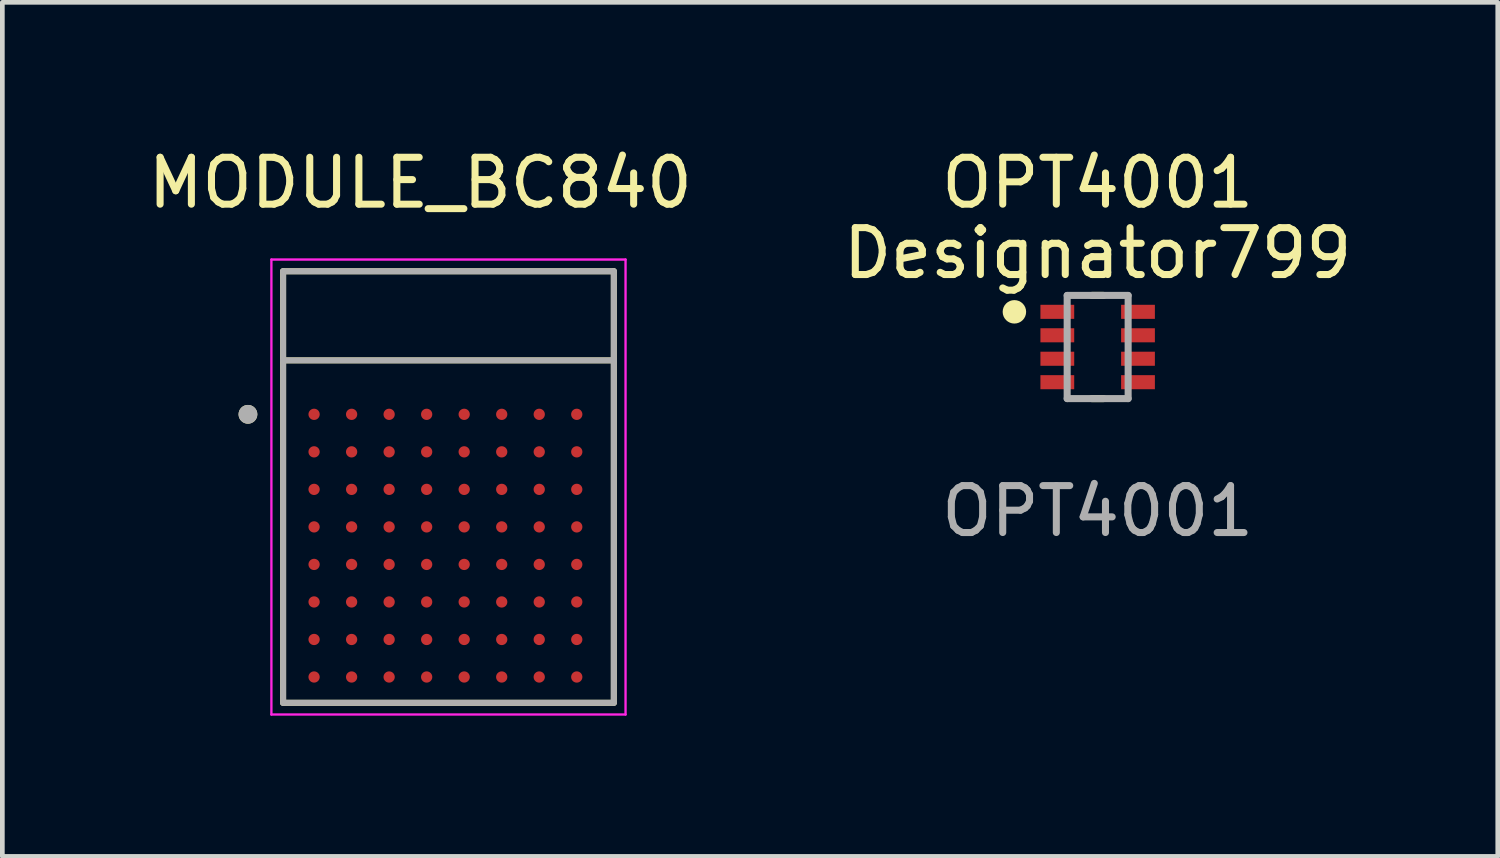
<source format=kicad_pcb>
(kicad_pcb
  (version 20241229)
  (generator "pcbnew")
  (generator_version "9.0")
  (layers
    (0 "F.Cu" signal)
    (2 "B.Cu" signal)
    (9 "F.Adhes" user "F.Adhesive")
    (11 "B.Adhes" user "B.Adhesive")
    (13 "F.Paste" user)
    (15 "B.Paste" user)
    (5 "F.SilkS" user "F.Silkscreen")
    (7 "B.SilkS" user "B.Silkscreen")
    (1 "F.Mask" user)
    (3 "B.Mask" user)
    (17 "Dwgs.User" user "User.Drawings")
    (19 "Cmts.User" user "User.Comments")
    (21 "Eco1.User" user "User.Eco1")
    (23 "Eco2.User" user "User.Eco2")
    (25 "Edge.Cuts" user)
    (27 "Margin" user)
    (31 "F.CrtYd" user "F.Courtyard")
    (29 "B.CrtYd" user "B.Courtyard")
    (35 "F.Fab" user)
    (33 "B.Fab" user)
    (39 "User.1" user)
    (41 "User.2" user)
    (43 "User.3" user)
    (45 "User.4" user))
  (footprint "OPT4001"
    (layer "F.Cu")
    (at 20.351 4.348)
    (property "Reference" "OPT4001" (at 0 -3.5 0) (unlocked yes) (layer "F.SilkS") (effects (font (size 1 1) (thickness 0.15))))
    (attr smd)
    (fp_line (start -0.125 -1.1) (end 0.125 -1.1) (stroke (width 0.15) (type solid)) (layer "F.SilkS"))
    (fp_line (start -0.125 1.1) (end 0.125 1.1) (stroke (width 0.15) (type solid)) (layer "F.SilkS"))
    (fp_circle (center -1.775 -0.75) (end -1.65 -0.75) (stroke (width 0.25) (type solid)) (fill no) (layer "F.SilkS"))
    (fp_line (start -0.65 -1.1) (end 0.65 -1.1) (stroke (width 0.15) (type solid)) (layer "F.Fab"))
    (fp_line (start -0.65 1.1) (end -0.65 -1.1) (stroke (width 0.15) (type solid)) (layer "F.Fab"))
    (fp_line (start -0.65 1.1) (end 0.65 1.1) (stroke (width 0.15) (type solid)) (layer "F.Fab"))
    (fp_line (start 0.65 1.1) (end 0.65 -1.1) (stroke (width 0.15) (type solid)) (layer "F.Fab"))
    (fp_text user "Designator799" (at 0 -2 0) (unlocked yes) (layer "F.SilkS") (effects (font (size 1 1) (thickness 0.15))))
    (fp_text user "${REFERENCE}" (at 0 3.5 0) (unlocked yes) (layer "F.Fab") (effects (font (size 1 1) (thickness 0.15))))
    (pad "1" smd rect (at -0.86 -0.75) (size 0.72 0.3) (layers "F.Cu" "F.Mask" "F.Paste"))
    (pad "2" smd rect (at -0.86 -0.25) (size 0.72 0.3) (layers "F.Cu" "F.Mask" "F.Paste"))
    (pad "3" smd rect (at -0.86 0.25) (size 0.72 0.3) (layers "F.Cu" "F.Mask" "F.Paste"))
    (pad "4" smd rect (at -0.86 0.75) (size 0.72 0.3) (layers "F.Cu" "F.Mask" "F.Paste"))
    (pad "5" smd rect (at 0.86 0.75) (size 0.72 0.3) (layers "F.Cu" "F.Mask" "F.Paste"))
    (pad "6" smd rect (at 0.86 0.25) (size 0.72 0.3) (layers "F.Cu" "F.Mask" "F.Paste"))
    (pad "7" smd rect (at 0.86 -0.25) (size 0.72 0.3) (layers "F.Cu" "F.Mask" "F.Paste"))
    (pad "8" smd rect (at 0.86 -0.75) (size 0.72 0.3) (layers "F.Cu" "F.Mask" "F.Paste")))
  (footprint "MODULE_BC840"
    (layer "F.Cu")
    (at 6.511 7.333)
    (property "Reference" "MODULE_BC840" (at -0.6 -6.485 0) (layer "F.SilkS") (effects (font (size 1 1) (thickness 0.15))))
    (attr smd)
    (fp_line (start -3.525 -4.6) (end 3.525 -4.6) (stroke (width 0.127) (type solid)) (layer "F.SilkS"))
    (fp_line (start -3.525 -2.7) (end -3.525 -4.6) (stroke (width 0.127) (type solid)) (layer "F.SilkS"))
    (fp_line (start -3.525 -2.7) (end 3.525 -2.7) (stroke (width 0.127) (type solid)) (layer "F.SilkS"))
    (fp_line (start -3.525 4.6) (end -3.525 -2.7) (stroke (width 0.127) (type solid)) (layer "F.SilkS"))
    (fp_line (start -3.525 4.6) (end 3.525 4.6) (stroke (width 0.127) (type solid)) (layer "F.SilkS"))
    (fp_line (start 3.525 -2.7) (end 3.525 -4.6) (stroke (width 0.127) (type solid)) (layer "F.SilkS"))
    (fp_line (start 3.525 4.6) (end 3.525 -2.7) (stroke (width 0.127) (type solid)) (layer "F.SilkS"))
    (fp_circle (center -4.275 -1.55) (end -4.175 -1.55) (stroke (width 0.2) (type solid)) (fill no) (layer "F.SilkS"))
    (fp_line (start -3.775 -4.85) (end -3.775 4.85) (stroke (width 0.05) (type solid)) (layer "F.CrtYd"))
    (fp_line (start -3.775 4.85) (end 3.775 4.85) (stroke (width 0.05) (type solid)) (layer "F.CrtYd"))
    (fp_line (start 3.775 -4.85) (end -3.775 -4.85) (stroke (width 0.05) (type solid)) (layer "F.CrtYd"))
    (fp_line (start 3.775 4.85) (end 3.775 -4.85) (stroke (width 0.05) (type solid)) (layer "F.CrtYd"))
    (fp_line (start -3.525 -4.6) (end 3.525 -4.6) (stroke (width 0.127) (type solid)) (layer "F.Fab"))
    (fp_line (start -3.525 -2.7) (end -3.525 -4.6) (stroke (width 0.127) (type solid)) (layer "F.Fab"))
    (fp_line (start -3.525 -2.7) (end 3.525 -2.7) (stroke (width 0.127) (type solid)) (layer "F.Fab"))
    (fp_line (start -3.525 4.6) (end -3.525 -2.7) (stroke (width 0.127) (type solid)) (layer "F.Fab"))
    (fp_line (start -3.525 4.6) (end 3.525 4.6) (stroke (width 0.127) (type solid)) (layer "F.Fab"))
    (fp_line (start 3.525 -2.7) (end 3.525 -4.6) (stroke (width 0.127) (type solid)) (layer "F.Fab"))
    (fp_line (start 3.525 4.6) (end 3.525 -2.7) (stroke (width 0.127) (type solid)) (layer "F.Fab"))
    (fp_circle (center -4.275 -1.55) (end -4.175 -1.55) (stroke (width 0.2) (type solid)) (fill no) (layer "F.Fab"))
    (pad "A0" smd circle (at -2.865 -1.55) (size 0.24 0.24) (layers "F.Cu" "F.Mask" "F.Paste"))
    (pad "A1" smd circle (at -2.865 -0.75) (size 0.24 0.24) (layers "F.Cu" "F.Mask" "F.Paste"))
    (pad "A2" smd circle (at -2.865 0.05) (size 0.24 0.24) (layers "F.Cu" "F.Mask" "F.Paste"))
    (pad "A3" smd circle (at -2.865 0.85) (size 0.24 0.24) (layers "F.Cu" "F.Mask" "F.Paste"))
    (pad "A4" smd circle (at -2.865 1.65) (size 0.24 0.24) (layers "F.Cu" "F.Mask" "F.Paste"))
    (pad "A5" smd circle (at -2.865 2.45) (size 0.24 0.24) (layers "F.Cu" "F.Mask" "F.Paste"))
    (pad "A6" smd circle (at -2.865 3.25) (size 0.24 0.24) (layers "F.Cu" "F.Mask" "F.Paste"))
    (pad "A7" smd circle (at -2.865 4.05) (size 0.24 0.24) (layers "F.Cu" "F.Mask" "F.Paste"))
    (pad "B0" smd circle (at -2.065 -1.55) (size 0.24 0.24) (layers "F.Cu" "F.Mask" "F.Paste"))
    (pad "B1" smd circle (at -2.065 -0.75) (size 0.24 0.24) (layers "F.Cu" "F.Mask" "F.Paste"))
    (pad "B2" smd circle (at -2.065 0.05) (size 0.24 0.24) (layers "F.Cu" "F.Mask" "F.Paste"))
    (pad "B3" smd circle (at -2.065 0.85) (size 0.24 0.24) (layers "F.Cu" "F.Mask" "F.Paste"))
    (pad "B4" smd circle (at -2.065 1.65) (size 0.24 0.24) (layers "F.Cu" "F.Mask" "F.Paste"))
    (pad "B5" smd circle (at -2.065 2.45) (size 0.24 0.24) (layers "F.Cu" "F.Mask" "F.Paste"))
    (pad "B6" smd circle (at -2.065 3.25) (size 0.24 0.24) (layers "F.Cu" "F.Mask" "F.Paste"))
    (pad "B7" smd circle (at -2.065 4.05) (size 0.24 0.24) (layers "F.Cu" "F.Mask" "F.Paste"))
    (pad "C0" smd circle (at -1.265 -1.55) (size 0.24 0.24) (layers "F.Cu" "F.Mask" "F.Paste"))
    (pad "C1" smd circle (at -1.265 -0.75) (size 0.24 0.24) (layers "F.Cu" "F.Mask" "F.Paste"))
    (pad "C2" smd circle (at -1.265 0.05) (size 0.24 0.24) (layers "F.Cu" "F.Mask" "F.Paste"))
    (pad "C3" smd circle (at -1.265 0.85) (size 0.24 0.24) (layers "F.Cu" "F.Mask" "F.Paste"))
    (pad "C4" smd circle (at -1.265 1.65) (size 0.24 0.24) (layers "F.Cu" "F.Mask" "F.Paste"))
    (pad "C5" smd circle (at -1.265 2.45) (size 0.24 0.24) (layers "F.Cu" "F.Mask" "F.Paste"))
    (pad "C6" smd circle (at -1.265 3.25) (size 0.24 0.24) (layers "F.Cu" "F.Mask" "F.Paste"))
    (pad "C7" smd circle (at -1.265 4.05) (size 0.24 0.24) (layers "F.Cu" "F.Mask" "F.Paste"))
    (pad "D0" smd circle (at -0.465 -1.55) (size 0.24 0.24) (layers "F.Cu" "F.Mask" "F.Paste"))
    (pad "D1" smd circle (at -0.465 -0.75) (size 0.24 0.24) (layers "F.Cu" "F.Mask" "F.Paste"))
    (pad "D2" smd circle (at -0.465 0.05) (size 0.24 0.24) (layers "F.Cu" "F.Mask" "F.Paste"))
    (pad "D3" smd circle (at -0.465 0.85) (size 0.24 0.24) (layers "F.Cu" "F.Mask" "F.Paste"))
    (pad "D4" smd circle (at -0.465 1.65) (size 0.24 0.24) (layers "F.Cu" "F.Mask" "F.Paste"))
    (pad "D5" smd circle (at -0.465 2.45) (size 0.24 0.24) (layers "F.Cu" "F.Mask" "F.Paste"))
    (pad "D6" smd circle (at -0.465 3.25) (size 0.24 0.24) (layers "F.Cu" "F.Mask" "F.Paste"))
    (pad "D7" smd circle (at -0.465 4.05) (size 0.24 0.24) (layers "F.Cu" "F.Mask" "F.Paste"))
    (pad "E0" smd circle (at 0.335 -1.55) (size 0.24 0.24) (layers "F.Cu" "F.Mask" "F.Paste"))
    (pad "E1" smd circle (at 0.335 -0.75) (size 0.24 0.24) (layers "F.Cu" "F.Mask" "F.Paste"))
    (pad "E2" smd circle (at 0.335 0.05) (size 0.24 0.24) (layers "F.Cu" "F.Mask" "F.Paste"))
    (pad "E3" smd circle (at 0.335 0.85) (size 0.24 0.24) (layers "F.Cu" "F.Mask" "F.Paste"))
    (pad "E4" smd circle (at 0.335 1.65) (size 0.24 0.24) (layers "F.Cu" "F.Mask" "F.Paste"))
    (pad "E5" smd circle (at 0.335 2.45) (size 0.24 0.24) (layers "F.Cu" "F.Mask" "F.Paste"))
    (pad "E6" smd circle (at 0.335 3.25) (size 0.24 0.24) (layers "F.Cu" "F.Mask" "F.Paste"))
    (pad "E7" smd circle (at 0.335 4.05) (size 0.24 0.24) (layers "F.Cu" "F.Mask" "F.Paste"))
    (pad "F0" smd circle (at 1.135 -1.55) (size 0.24 0.24) (layers "F.Cu" "F.Mask" "F.Paste"))
    (pad "F1" smd circle (at 1.135 -0.75) (size 0.24 0.24) (layers "F.Cu" "F.Mask" "F.Paste"))
    (pad "F2" smd circle (at 1.135 0.05) (size 0.24 0.24) (layers "F.Cu" "F.Mask" "F.Paste"))
    (pad "F3" smd circle (at 1.135 0.85) (size 0.24 0.24) (layers "F.Cu" "F.Mask" "F.Paste"))
    (pad "F4" smd circle (at 1.135 1.65) (size 0.24 0.24) (layers "F.Cu" "F.Mask" "F.Paste"))
    (pad "F5" smd circle (at 1.135 2.45) (size 0.24 0.24) (layers "F.Cu" "F.Mask" "F.Paste"))
    (pad "F6" smd circle (at 1.135 3.25) (size 0.24 0.24) (layers "F.Cu" "F.Mask" "F.Paste"))
    (pad "F7" smd circle (at 1.135 4.05) (size 0.24 0.24) (layers "F.Cu" "F.Mask" "F.Paste"))
    (pad "G0" smd circle (at 1.935 -1.55) (size 0.24 0.24) (layers "F.Cu" "F.Mask" "F.Paste"))
    (pad "G1" smd circle (at 1.935 -0.75) (size 0.24 0.24) (layers "F.Cu" "F.Mask" "F.Paste"))
    (pad "G2" smd circle (at 1.935 0.05) (size 0.24 0.24) (layers "F.Cu" "F.Mask" "F.Paste"))
    (pad "G3" smd circle (at 1.935 0.85) (size 0.24 0.24) (layers "F.Cu" "F.Mask" "F.Paste"))
    (pad "G4" smd circle (at 1.935 1.65) (size 0.24 0.24) (layers "F.Cu" "F.Mask" "F.Paste"))
    (pad "G5" smd circle (at 1.935 2.45) (size 0.24 0.24) (layers "F.Cu" "F.Mask" "F.Paste"))
    (pad "G6" smd circle (at 1.935 3.25) (size 0.24 0.24) (layers "F.Cu" "F.Mask" "F.Paste"))
    (pad "G7" smd circle (at 1.935 4.05) (size 0.24 0.24) (layers "F.Cu" "F.Mask" "F.Paste"))
    (pad "H0" smd circle (at 2.735 -1.55) (size 0.24 0.24) (layers "F.Cu" "F.Mask" "F.Paste"))
    (pad "H1" smd circle (at 2.735 -0.75) (size 0.24 0.24) (layers "F.Cu" "F.Mask" "F.Paste"))
    (pad "H2" smd circle (at 2.735 0.05) (size 0.24 0.24) (layers "F.Cu" "F.Mask" "F.Paste"))
    (pad "H3" smd circle (at 2.735 0.85) (size 0.24 0.24) (layers "F.Cu" "F.Mask" "F.Paste"))
    (pad "H4" smd circle (at 2.735 1.65) (size 0.24 0.24) (layers "F.Cu" "F.Mask" "F.Paste"))
    (pad "H5" smd circle (at 2.735 2.45) (size 0.24 0.24) (layers "F.Cu" "F.Mask" "F.Paste"))
    (pad "H6" smd circle (at 2.735 3.25) (size 0.24 0.24) (layers "F.Cu" "F.Mask" "F.Paste"))
    (pad "H7" smd circle (at 2.735 4.05) (size 0.24 0.24) (layers "F.Cu" "F.Mask" "F.Paste")))
  (gr_rect
    (start -3 -3)
    (end 28.881 15.208)
    (stroke (width 0.1) (type default))
    (fill no)
    (layer "Edge.Cuts")))
</source>
